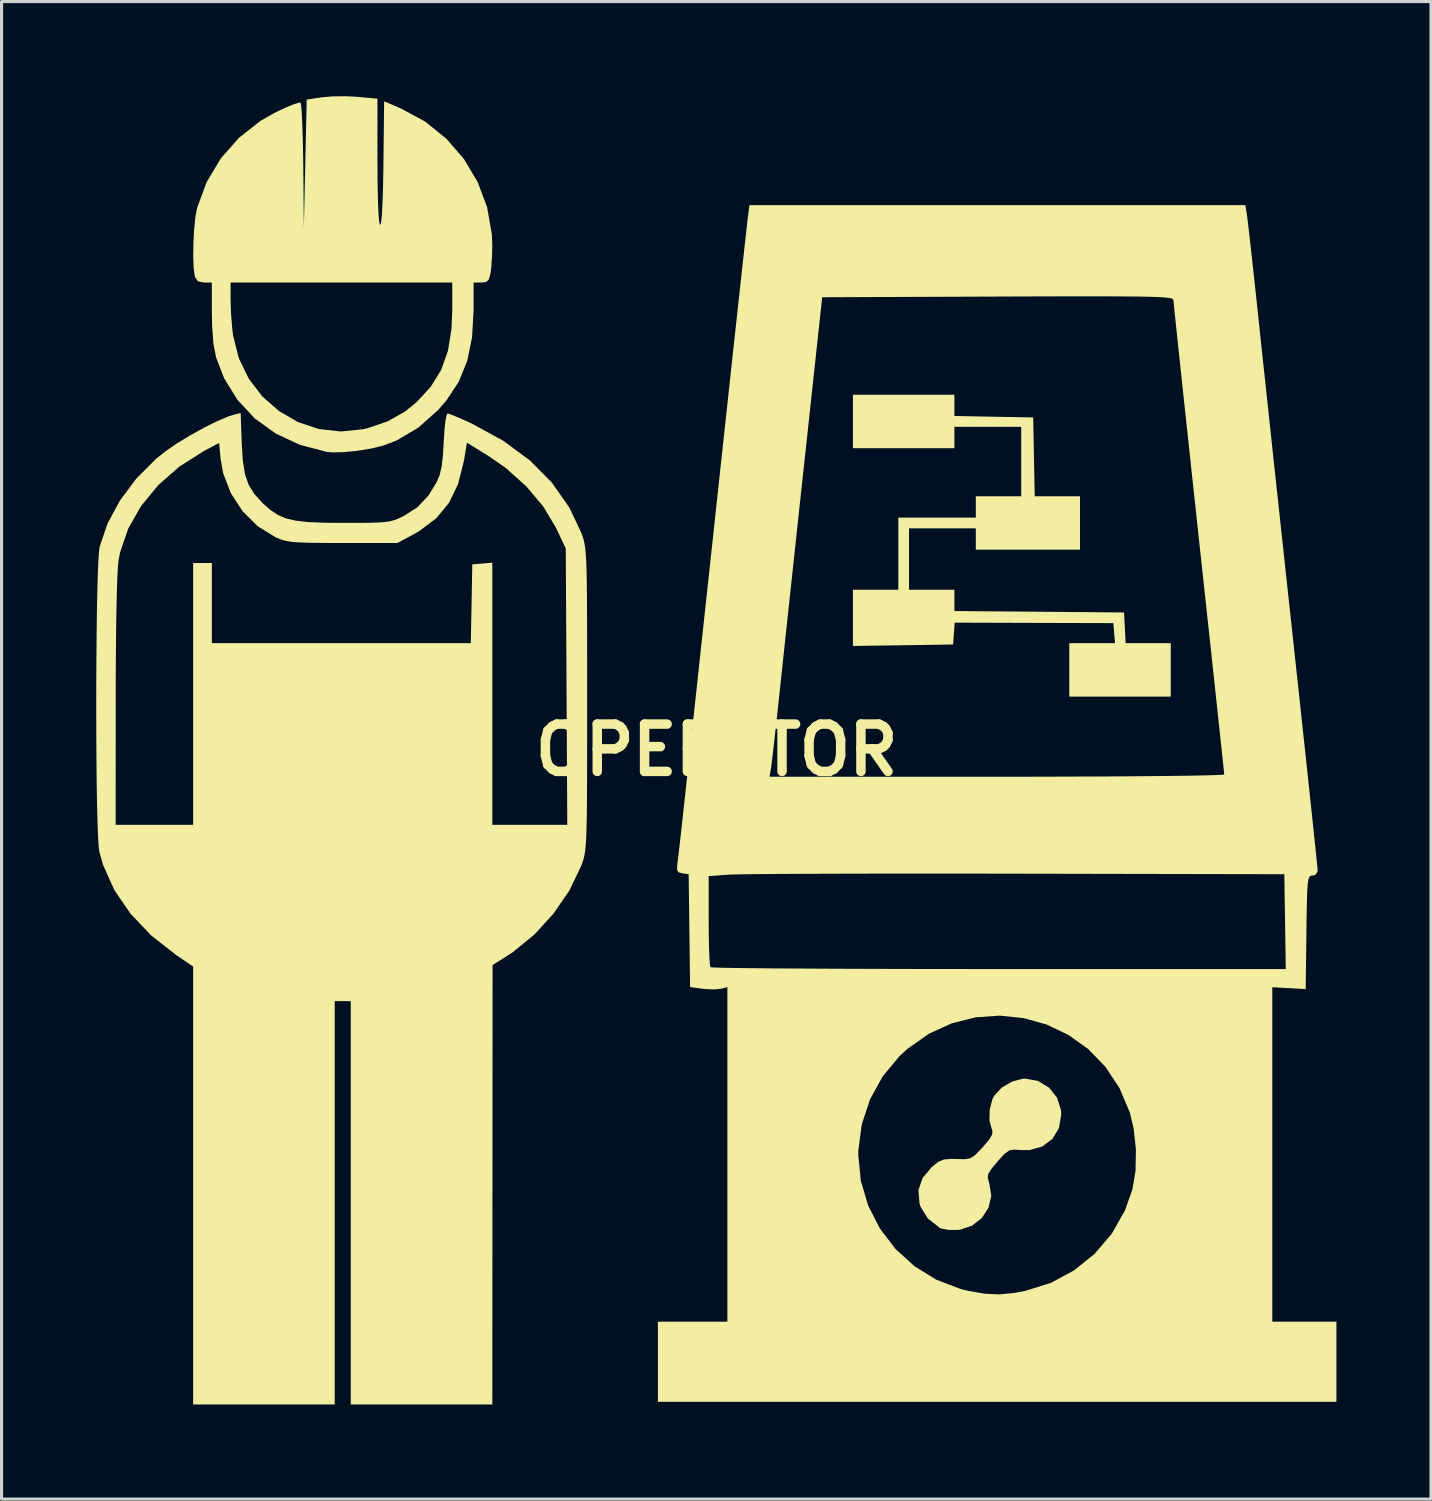
<source format=kicad_pcb>
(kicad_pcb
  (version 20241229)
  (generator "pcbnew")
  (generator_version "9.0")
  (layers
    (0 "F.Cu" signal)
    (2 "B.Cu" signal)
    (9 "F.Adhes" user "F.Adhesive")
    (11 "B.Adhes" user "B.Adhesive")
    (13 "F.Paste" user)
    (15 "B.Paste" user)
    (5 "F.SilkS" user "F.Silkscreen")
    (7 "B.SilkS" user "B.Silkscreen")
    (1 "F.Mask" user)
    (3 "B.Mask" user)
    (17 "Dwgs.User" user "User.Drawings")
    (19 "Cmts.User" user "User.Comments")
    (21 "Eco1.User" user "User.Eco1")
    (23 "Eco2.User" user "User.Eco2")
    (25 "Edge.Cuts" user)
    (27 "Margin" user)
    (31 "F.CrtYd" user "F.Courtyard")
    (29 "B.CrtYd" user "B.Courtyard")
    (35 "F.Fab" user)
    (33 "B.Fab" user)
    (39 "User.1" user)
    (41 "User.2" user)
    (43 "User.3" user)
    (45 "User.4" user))
  (footprint "OPERATOR"
    (layer "F.Cu")
    (at 19.667 20.723)
    (property "Reference" "OPERATOR" (at 0 0 0) (layer "F.SilkS") (effects (font (size 1.5 1.5) (thickness 0.3))))
    (attr board_only exclude_from_pos_files exclude_from_bom)
    (fp_poly (pts (xy 10.189 10.491) (xy 10.537 10.704) (xy 10.788 11.022) (xy 10.913 11.417) (xy 10.921 11.557) (xy 10.847 11.985) (xy 10.639 12.329) (xy 10.32 12.567) (xy 9.916 12.681) (xy 9.648 12.68) (xy 9.425 12.666) (xy 9.272 12.694) (xy 9.132 12.792) (xy 8.952 12.986) (xy 8.895 13.053) (xy 8.704 13.281) (xy 8.609 13.433) (xy 8.591 13.561) (xy 8.632 13.714) (xy 8.646 13.754) (xy 8.703 14.137) (xy 8.615 14.508) (xy 8.406 14.832) (xy 8.098 15.075) (xy 7.717 15.204) (xy 7.645 15.212) (xy 7.366 15.212) (xy 7.135 15.173) (xy 7.07 15.146) (xy 6.691 14.848) (xy 6.464 14.482) (xy 6.429 14.372) (xy 6.394 13.953) (xy 6.525 13.567) (xy 6.822 13.214) (xy 6.83 13.207) (xy 7.028 13.051) (xy 7.207 12.977) (xy 7.442 12.959) (xy 7.601 12.964) (xy 7.861 12.97) (xy 8.034 12.941) (xy 8.182 12.847) (xy 8.363 12.664) (xy 8.438 12.582) (xy 8.639 12.345) (xy 8.733 12.186) (xy 8.739 12.067) (xy 8.72 12.021) (xy 8.645 11.742) (xy 8.654 11.398) (xy 8.739 11.069) (xy 8.796 10.958) (xy 9.034 10.702) (xy 9.365 10.507) (xy 9.716 10.416) (xy 9.773 10.414)) (stroke (width 0) (type solid)) (fill yes) (layer "F.SilkS"))
    (fp_poly (pts (xy 7.535 -10.924) (xy 7.535 -10.588) (xy 8.784 -10.564) (xy 10.033 -10.541) (xy 10.056 -9.292) (xy 10.08 -8.043) (xy 10.797 -8.043) (xy 11.515 -8.043) (xy 11.515 -7.197) (xy 11.515 -6.35) (xy 9.864 -6.35) (xy 8.213 -6.35) (xy 8.213 -6.689) (xy 8.213 -7.027) (xy 7.154 -7.027) (xy 6.096 -7.027) (xy 6.096 -6.054) (xy 6.096 -5.08) (xy 6.816 -5.08) (xy 7.535 -5.08) (xy 7.535 -4.743) (xy 7.535 -4.405) (xy 10.223 -4.383) (xy 12.912 -4.36) (xy 12.937 -3.874) (xy 12.962 -3.387) (xy 13.678 -3.387) (xy 14.393 -3.387) (xy 14.393 -2.54) (xy 14.393 -1.693) (xy 12.785 -1.693) (xy 11.176 -1.693) (xy 11.176 -2.54) (xy 11.176 -3.387) (xy 11.901 -3.387) (xy 12.626 -3.387) (xy 12.599 -3.704) (xy 12.573 -4.022) (xy 10.058 -4.029) (xy 7.544 -4.037) (xy 7.518 -3.69) (xy 7.493 -3.344) (xy 5.905 -3.321) (xy 4.318 -3.298) (xy 4.318 -4.189) (xy 4.318 -5.08) (xy 5.038 -5.08) (xy 5.757 -5.08) (xy 5.757 -6.223) (xy 5.757 -7.366) (xy 6.985 -7.366) (xy 8.213 -7.366) (xy 8.213 -7.705) (xy 8.213 -8.043) (xy 8.932 -8.043) (xy 9.652 -8.043) (xy 9.652 -9.144) (xy 9.652 -10.245) (xy 8.594 -10.245) (xy 7.535 -10.245) (xy 7.535 -9.906) (xy 7.535 -9.567) (xy 5.927 -9.567) (xy 4.318 -9.567) (xy 4.318 -10.414) (xy 4.318 -11.261) (xy 5.927 -11.261) (xy 7.535 -11.261)) (stroke (width 0) (type solid)) (fill yes) (layer "F.SilkS"))
    (fp_poly (pts (xy -11.386 -20.704) (xy -10.753 -20.644) (xy -10.753 -18.667) (xy -10.749 -18.021) (xy -10.739 -17.481) (xy -10.723 -17.061) (xy -10.702 -16.778) (xy -10.675 -16.645) (xy -10.67 -16.638) (xy -10.64 -16.702) (xy -10.614 -16.928) (xy -10.593 -17.31) (xy -10.576 -17.841) (xy -10.564 -18.513) (xy -10.564 -18.574) (xy -10.541 -20.562) (xy -10.01 -20.335) (xy -9.239 -19.918) (xy -8.568 -19.376) (xy -8.008 -18.729) (xy -7.573 -17.996) (xy -7.275 -17.196) (xy -7.127 -16.347) (xy -7.113 -15.977) (xy -7.122 -15.633) (xy -7.145 -15.304) (xy -7.166 -15.134) (xy -7.217 -14.924) (xy -7.304 -14.835) (xy -7.462 -14.817) (xy -7.705 -14.817) (xy -7.705 -13.945) (xy -7.754 -13.084) (xy -7.907 -12.336) (xy -8.174 -11.678) (xy -8.564 -11.083) (xy -8.824 -10.783) (xy -9.459 -10.217) (xy -10.14 -9.814) (xy -10.562 -9.652) (xy -10.946 -9.557) (xy -11.387 -9.484) (xy -11.825 -9.441) (xy -12.197 -9.434) (xy -12.361 -9.45) (xy -13.213 -9.674) (xy -13.977 -10.031) (xy -14.641 -10.509) (xy -15.191 -11.099) (xy -15.616 -11.79) (xy -15.867 -12.44) (xy -15.95 -12.867) (xy -15.994 -13.442) (xy -16.002 -13.858) (xy -16.002 -14.817) (xy -15.409 -14.817) (xy -15.408 -14.245) (xy -15.394 -13.838) (xy -15.359 -13.399) (xy -15.329 -13.14) (xy -15.146 -12.416) (xy -14.83 -11.766) (xy -14.399 -11.204) (xy -13.873 -10.743) (xy -13.272 -10.395) (xy -12.613 -10.175) (xy -11.916 -10.096) (xy -11.201 -10.169) (xy -11.064 -10.202) (xy -10.421 -10.421) (xy -9.881 -10.727) (xy -9.521 -11.019) (xy -9.064 -11.513) (xy -8.733 -12.049) (xy -8.517 -12.656) (xy -8.405 -13.36) (xy -8.382 -13.943) (xy -8.382 -14.817) (xy -11.896 -14.817) (xy -15.409 -14.817) (xy -16.002 -14.817) (xy -16.246 -14.817) (xy -16.445 -14.857) (xy -16.539 -15) (xy -16.541 -15.007) (xy -16.578 -15.263) (xy -16.593 -15.633) (xy -16.587 -16.064) (xy -16.563 -16.504) (xy -16.523 -16.898) (xy -16.469 -17.187) (xy -16.165 -18.006) (xy -15.718 -18.752) (xy -15.143 -19.405) (xy -14.457 -19.945) (xy -13.966 -20.222) (xy -13.651 -20.368) (xy -13.393 -20.473) (xy -13.228 -20.523) (xy -13.193 -20.522) (xy -13.172 -20.429) (xy -13.152 -20.19) (xy -13.135 -19.831) (xy -13.12 -19.375) (xy -13.109 -18.847) (xy -13.104 -18.516) (xy -13.086 -16.552) (xy -13.041 -18.584) (xy -12.996 -20.616) (xy -12.508 -20.69) (xy -12.163 -20.719) (xy -11.747 -20.723)) (stroke (width 0) (type solid)) (fill yes) (layer "F.SilkS"))
    (fp_poly (pts (xy -15.055 -9.722) (xy -15.02 -9.169) (xy -14.952 -8.743) (xy -14.836 -8.407) (xy -14.658 -8.118) (xy -14.404 -7.839) (xy -14.38 -7.815) (xy -14.146 -7.609) (xy -13.915 -7.454) (xy -13.658 -7.343) (xy -13.346 -7.27) (xy -12.949 -7.225) (xy -12.439 -7.204) (xy -11.849 -7.199) (xy -11.31 -7.199) (xy -10.909 -7.204) (xy -10.617 -7.217) (xy -10.401 -7.242) (xy -10.233 -7.282) (xy -10.08 -7.341) (xy -9.925 -7.415) (xy -9.486 -7.694) (xy -9.137 -8.064) (xy -8.872 -8.499) (xy -8.781 -8.717) (xy -8.719 -8.981) (xy -8.678 -9.334) (xy -8.653 -9.758) (xy -8.63 -10.133) (xy -8.598 -10.432) (xy -8.561 -10.619) (xy -8.532 -10.668) (xy -8.423 -10.634) (xy -8.201 -10.543) (xy -7.904 -10.412) (xy -7.749 -10.34) (xy -6.765 -9.802) (xy -5.922 -9.18) (xy -5.224 -8.475) (xy -4.673 -7.69) (xy -4.296 -6.895) (xy -4.255 -6.785) (xy -4.221 -6.677) (xy -4.193 -6.557) (xy -4.169 -6.41) (xy -4.151 -6.222) (xy -4.136 -5.979) (xy -4.125 -5.666) (xy -4.117 -5.268) (xy -4.112 -4.772) (xy -4.109 -4.163) (xy -4.107 -3.427) (xy -4.106 -2.549) (xy -4.106 -1.609) (xy -4.106 -0.588) (xy -4.107 0.277) (xy -4.109 1.002) (xy -4.112 1.601) (xy -4.118 2.088) (xy -4.126 2.478) (xy -4.137 2.785) (xy -4.152 3.023) (xy -4.171 3.206) (xy -4.195 3.35) (xy -4.224 3.469) (xy -4.259 3.576) (xy -4.296 3.677) (xy -4.667 4.449) (xy -5.174 5.188) (xy -5.784 5.855) (xy -6.464 6.409) (xy -6.632 6.519) (xy -7.104 6.816) (xy -7.108 13.779) (xy -7.112 20.743) (xy -9.356 20.743) (xy -11.599 20.743) (xy -11.599 14.351) (xy -11.599 7.959) (xy -11.853 7.959) (xy -12.107 7.959) (xy -12.107 14.351) (xy -12.107 20.743) (xy -14.351 20.743) (xy -16.595 20.743) (xy -16.595 13.804) (xy -16.595 6.864) (xy -17.123 6.506) (xy -17.922 5.881) (xy -18.58 5.189) (xy -19.092 4.441) (xy -19.448 3.647) (xy -19.568 3.226) (xy -19.591 3.038) (xy -19.611 2.702) (xy -19.623 2.371) (xy -19.05 2.371) (xy -17.822 2.371) (xy -16.595 2.371) (xy -16.595 -1.778) (xy -16.595 -5.927) (xy -16.298 -5.927) (xy -16.002 -5.927) (xy -16.002 -4.657) (xy -16.002 -3.387) (xy -11.898 -3.387) (xy -7.794 -3.387) (xy -7.77 -4.636) (xy -7.747 -5.884) (xy -7.43 -5.911) (xy -7.112 -5.937) (xy -7.112 -1.783) (xy -7.112 2.371) (xy -5.924 2.371) (xy -4.736 2.371) (xy -4.76 -2.011) (xy -4.784 -6.392) (xy -5.101 -7.056) (xy -5.499 -7.721) (xy -6.036 -8.358) (xy -6.681 -8.936) (xy -7.239 -9.324) (xy -7.916 -9.741) (xy -8.015 -9.152) (xy -8.197 -8.433) (xy -8.483 -7.838) (xy -8.886 -7.348) (xy -9.419 -6.945) (xy -9.582 -6.852) (xy -10.118 -6.562) (xy -11.853 -6.562) (xy -12.446 -6.563) (xy -12.897 -6.568) (xy -13.233 -6.58) (xy -13.48 -6.6) (xy -13.667 -6.631) (xy -13.819 -6.675) (xy -13.965 -6.736) (xy -13.988 -6.746) (xy -14.551 -7.095) (xy -15.029 -7.571) (xy -15.4 -8.14) (xy -15.644 -8.772) (xy -15.726 -9.237) (xy -15.771 -9.734) (xy -16.262 -9.473) (xy -17.033 -8.983) (xy -17.698 -8.399) (xy -18.242 -7.739) (xy -18.651 -7.022) (xy -18.91 -6.267) (xy -18.96 -6.011) (xy -18.981 -5.796) (xy -18.999 -5.427) (xy -19.015 -4.92) (xy -19.029 -4.291) (xy -19.039 -3.555) (xy -19.046 -2.73) (xy -19.049 -1.829) (xy -19.049 -1.545) (xy -19.05 2.371) (xy -19.623 2.371) (xy -19.628 2.236) (xy -19.642 1.662) (xy -19.653 1) (xy -19.66 0.27) (xy -19.665 -0.508) (xy -19.667 -1.314) (xy -19.666 -2.127) (xy -19.661 -2.927) (xy -19.654 -3.694) (xy -19.645 -4.407) (xy -19.632 -5.047) (xy -19.616 -5.593) (xy -19.598 -6.025) (xy -19.576 -6.323) (xy -19.559 -6.443) (xy -19.309 -7.179) (xy -18.915 -7.908) (xy -18.399 -8.599) (xy -17.783 -9.217) (xy -17.472 -9.469) (xy -17.116 -9.714) (xy -16.692 -9.972) (xy -16.248 -10.218) (xy -15.825 -10.427) (xy -15.471 -10.576) (xy -15.313 -10.626) (xy -15.089 -10.682)) (stroke (width 0) (type solid)) (fill yes) (layer "F.SilkS"))
    (fp_poly (pts (xy 16.802 -16.997) (xy 16.822 -16.843) (xy 16.858 -16.545) (xy 16.906 -16.127) (xy 16.963 -15.614) (xy 17.027 -15.03) (xy 17.095 -14.4) (xy 17.105 -14.309) (xy 17.173 -13.671) (xy 17.236 -13.076) (xy 17.297 -12.507) (xy 17.357 -11.949) (xy 17.417 -11.387) (xy 17.479 -10.806) (xy 17.546 -10.191) (xy 17.617 -9.525) (xy 17.696 -8.794) (xy 17.784 -7.983) (xy 17.882 -7.075) (xy 17.992 -6.057) (xy 18.116 -4.912) (xy 18.256 -3.626) (xy 18.37 -2.574) (xy 18.48 -1.558) (xy 18.584 -0.59) (xy 18.682 0.317) (xy 18.771 1.15) (xy 18.85 1.896) (xy 18.918 2.541) (xy 18.974 3.071) (xy 19.015 3.473) (xy 19.041 3.734) (xy 19.05 3.84) (xy 19.05 3.84) (xy 18.98 3.957) (xy 18.882 3.979) (xy 18.827 3.986) (xy 18.785 4.022) (xy 18.754 4.107) (xy 18.732 4.262) (xy 18.717 4.51) (xy 18.706 4.87) (xy 18.697 5.364) (xy 18.692 5.778) (xy 18.669 7.578) (xy 18.14 7.548) (xy 17.611 7.519) (xy 17.611 12.819) (xy 17.611 18.119) (xy 18.627 18.119) (xy 19.643 18.119) (xy 19.643 19.389) (xy 19.643 20.659) (xy 8.89 20.659) (xy -1.863 20.659) (xy -1.863 19.389) (xy -1.863 18.119) (xy -0.762 18.119) (xy 0.339 18.119) (xy 0.339 12.827) (xy 4.487 12.827) (xy 4.568 13.656) (xy 4.802 14.442) (xy 5.172 15.167) (xy 5.665 15.812) (xy 6.266 16.359) (xy 6.96 16.789) (xy 7.731 17.084) (xy 7.959 17.14) (xy 8.49 17.233) (xy 8.953 17.256) (xy 9.432 17.209) (xy 9.779 17.144) (xy 10.594 16.889) (xy 11.334 16.49) (xy 11.983 15.965) (xy 12.524 15.329) (xy 12.939 14.597) (xy 13.177 13.928) (xy 13.276 13.336) (xy 13.288 12.67) (xy 13.217 12.001) (xy 13.094 11.488) (xy 12.766 10.712) (xy 12.321 10.041) (xy 11.776 9.479) (xy 11.15 9.032) (xy 10.461 8.703) (xy 9.728 8.497) (xy 8.97 8.419) (xy 8.204 8.473) (xy 7.449 8.664) (xy 6.723 8.995) (xy 6.045 9.473) (xy 5.796 9.701) (xy 5.264 10.341) (xy 4.86 11.074) (xy 4.598 11.869) (xy 4.489 12.695) (xy 4.487 12.827) (xy 0.339 12.827) (xy 0.339 12.818) (xy 0.339 7.517) (xy 0.135 7.568) (xy -0.074 7.588) (xy -0.356 7.577) (xy -0.456 7.566) (xy -0.843 7.513) (xy -0.866 5.725) (xy -0.888 3.997) (xy -0.254 3.997) (xy -0.254 5.413) (xy -0.251 5.887) (xy -0.242 6.3) (xy -0.228 6.624) (xy -0.211 6.828) (xy -0.198 6.886) (xy -0.107 6.894) (xy 0.142 6.901) (xy 0.538 6.908) (xy 1.07 6.915) (xy 1.728 6.921) (xy 2.5 6.926) (xy 3.375 6.931) (xy 4.342 6.935) (xy 5.39 6.938) (xy 6.508 6.941) (xy 7.685 6.942) (xy 8.91 6.943) (xy 8.948 6.943) (xy 18.038 6.943) (xy 18.015 5.44) (xy 17.992 3.937) (xy 9.525 3.92) (xy 8.327 3.918) (xy 7.166 3.917) (xy 6.055 3.917) (xy 5.007 3.918) (xy 4.034 3.92) (xy 3.148 3.923) (xy 2.363 3.926) (xy 1.69 3.93) (xy 1.143 3.935) (xy 0.733 3.941) (xy 0.473 3.947) (xy 0.402 3.95) (xy -0.254 3.997) (xy -0.888 3.997) (xy -0.889 3.937) (xy -1.088 3.909) (xy -1.212 3.875) (xy -1.258 3.787) (xy -1.246 3.596) (xy -1.237 3.528) (xy -1.216 3.359) (xy -1.179 3.045) (xy -1.13 2.609) (xy -1.071 2.073) (xy -1.004 1.461) (xy -0.937 0.847) (xy 1.674 0.847) (xy 8.881 0.847) (xy 9.969 0.846) (xy 11.007 0.843) (xy 11.984 0.84) (xy 12.885 0.835) (xy 13.7 0.828) (xy 14.416 0.821) (xy 15.021 0.813) (xy 15.502 0.803) (xy 15.847 0.793) (xy 16.044 0.783) (xy 16.087 0.775) (xy 16.078 0.682) (xy 16.052 0.433) (xy 16.01 0.04) (xy 15.954 -0.485) (xy 15.885 -1.13) (xy 15.804 -1.882) (xy 15.713 -2.73) (xy 15.613 -3.661) (xy 15.504 -4.662) (xy 15.389 -5.723) (xy 15.282 -6.711) (xy 15.163 -7.816) (xy 15.048 -8.874) (xy 14.941 -9.873) (xy 14.841 -10.8) (xy 14.751 -11.644) (xy 14.671 -12.392) (xy 14.603 -13.032) (xy 14.549 -13.551) (xy 14.509 -13.937) (xy 14.485 -14.178) (xy 14.478 -14.26) (xy 14.466 -14.287) (xy 14.422 -14.31) (xy 14.335 -14.329) (xy 14.192 -14.345) (xy 13.982 -14.357) (xy 13.693 -14.367) (xy 13.314 -14.374) (xy 12.831 -14.378) (xy 12.234 -14.38) (xy 11.511 -14.38) (xy 10.649 -14.379) (xy 9.637 -14.376) (xy 8.911 -14.373) (xy 3.344 -14.351) (xy 2.822 -9.525) (xy 2.715 -8.539) (xy 2.605 -7.525) (xy 2.496 -6.508) (xy 2.389 -5.517) (xy 2.288 -4.577) (xy 2.196 -3.718) (xy 2.115 -2.965) (xy 2.049 -2.345) (xy 2.034 -2.201) (xy 1.965 -1.556) (xy 1.899 -0.953) (xy 1.84 -0.418) (xy 1.789 0.027) (xy 1.75 0.357) (xy 1.726 0.548) (xy 1.722 0.571) (xy 1.674 0.847) (xy -0.937 0.847) (xy -0.932 0.796) (xy -0.887 0.381) (xy -0.803 -0.405) (xy -0.713 -1.241) (xy -0.622 -2.083) (xy -0.535 -2.89) (xy -0.456 -3.62) (xy -0.39 -4.231) (xy -0.381 -4.318) (xy -0.333 -4.76) (xy -0.269 -5.349) (xy -0.192 -6.06) (xy -0.104 -6.872) (xy -0.008 -7.763) (xy 0.094 -8.709) (xy 0.2 -9.688) (xy 0.308 -10.677) (xy 0.38 -11.345) (xy 0.48 -12.271) (xy 0.577 -13.156) (xy 0.667 -13.985) (xy 0.75 -14.741) (xy 0.823 -15.408) (xy 0.885 -15.971) (xy 0.934 -16.413) (xy 0.968 -16.718) (xy 0.986 -16.87) (xy 1.038 -17.272) (xy 8.897 -17.272) (xy 16.756 -17.272)) (stroke (width 0) (type solid)) (fill yes) (layer "F.SilkS")))
  (gr_rect
    (start -3 -3)
    (end 42.309 44.466)
    (stroke (width 0.1) (type default))
    (fill no)
    (layer "Edge.Cuts")))
</source>
